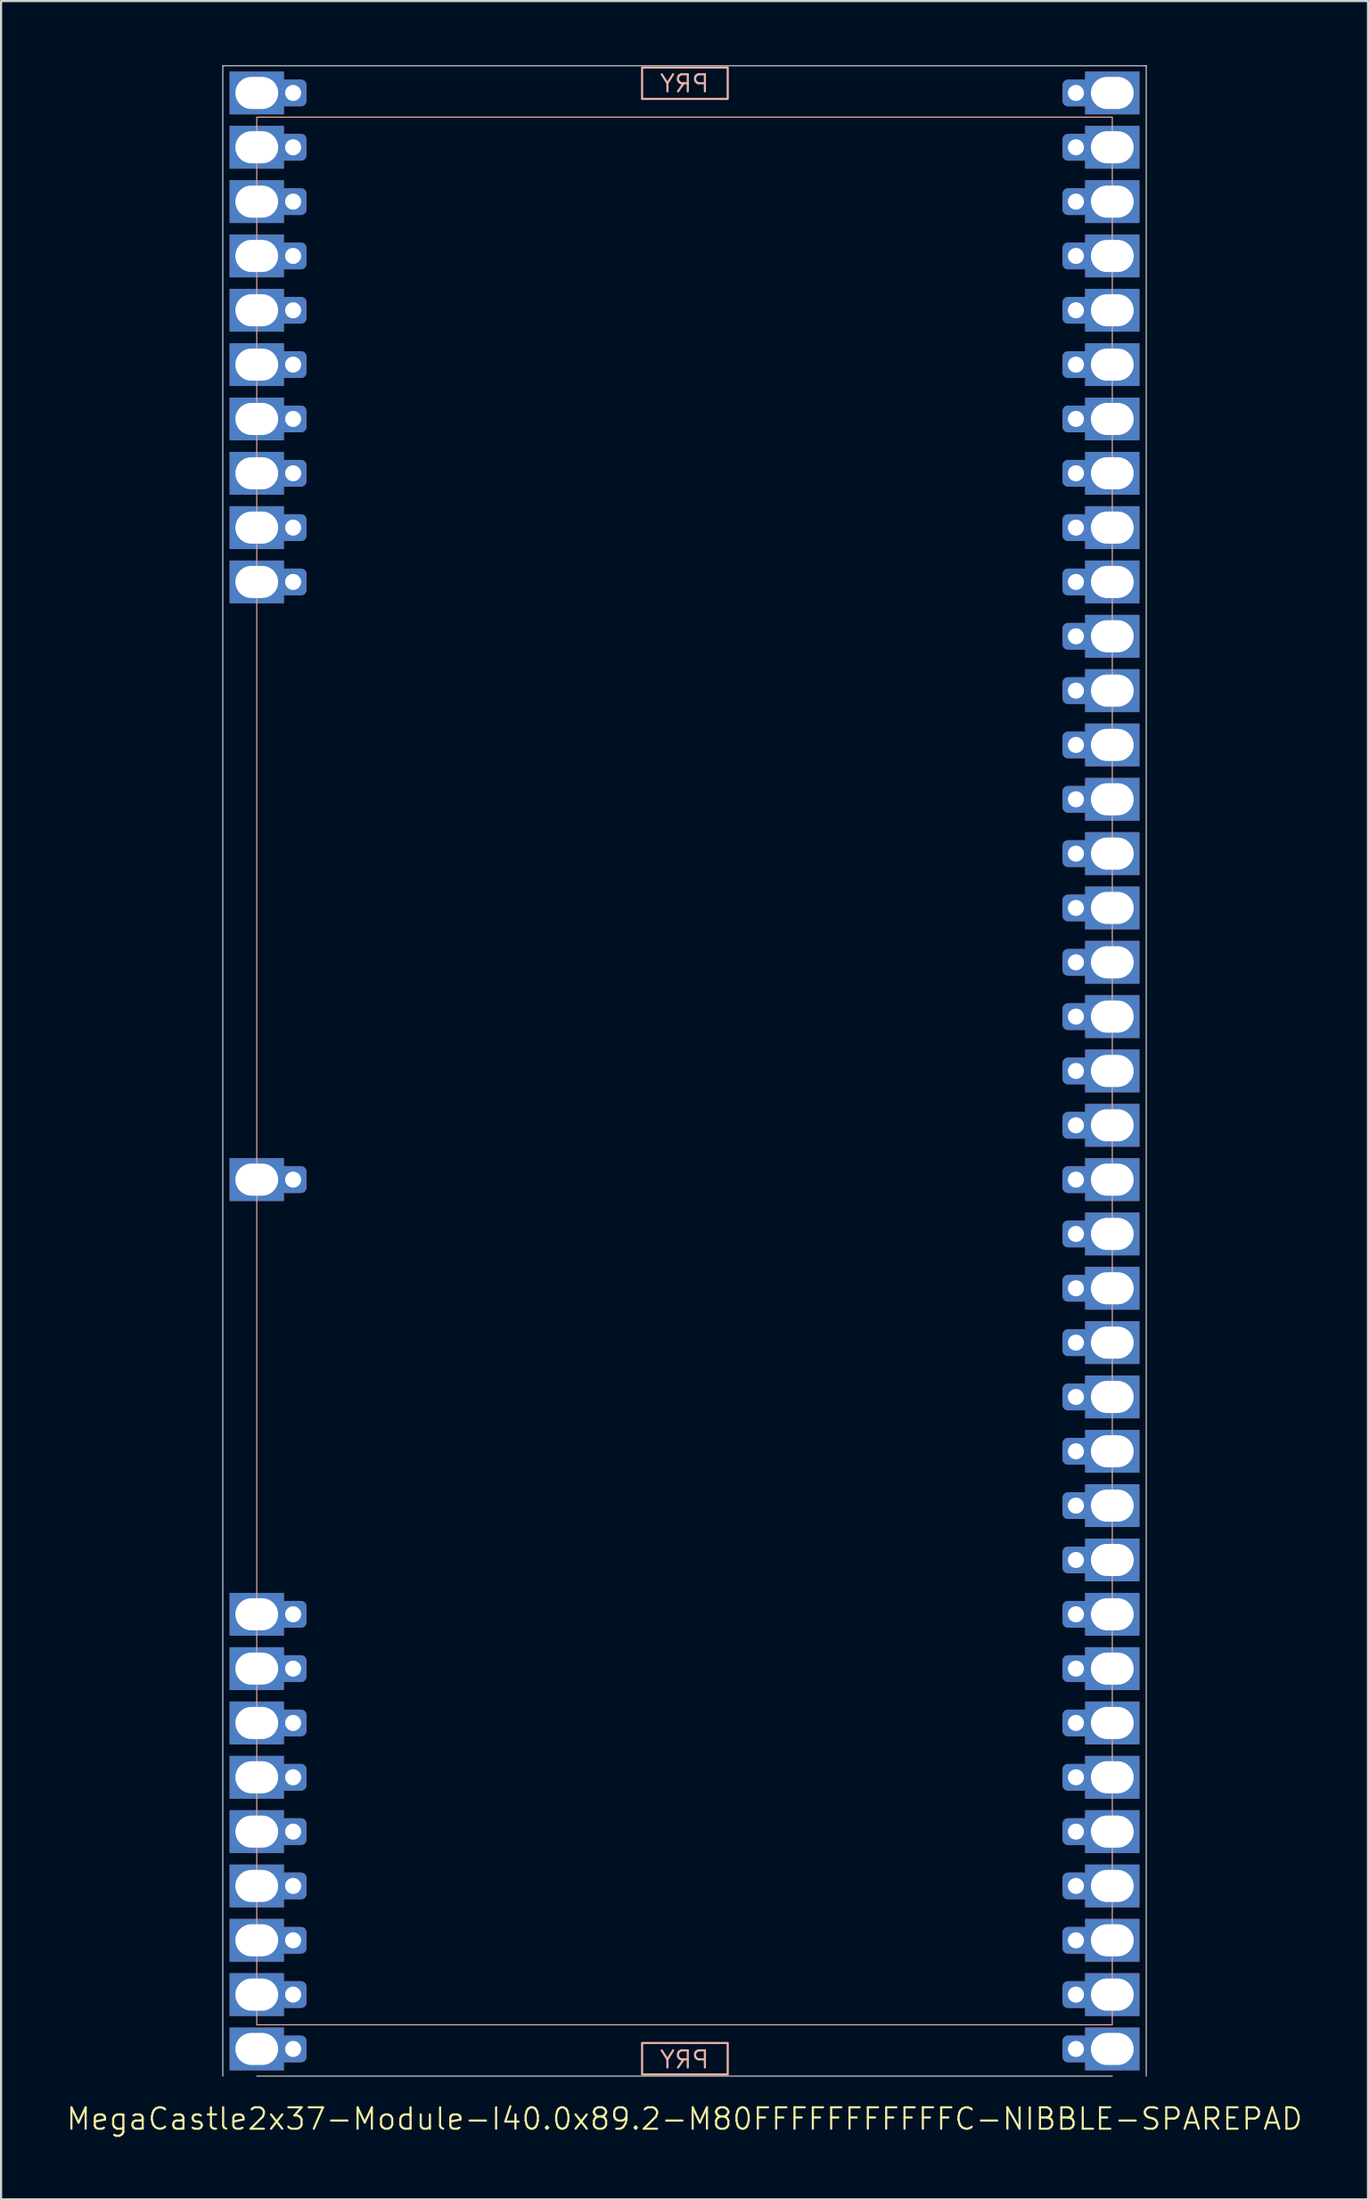
<source format=kicad_pcb>
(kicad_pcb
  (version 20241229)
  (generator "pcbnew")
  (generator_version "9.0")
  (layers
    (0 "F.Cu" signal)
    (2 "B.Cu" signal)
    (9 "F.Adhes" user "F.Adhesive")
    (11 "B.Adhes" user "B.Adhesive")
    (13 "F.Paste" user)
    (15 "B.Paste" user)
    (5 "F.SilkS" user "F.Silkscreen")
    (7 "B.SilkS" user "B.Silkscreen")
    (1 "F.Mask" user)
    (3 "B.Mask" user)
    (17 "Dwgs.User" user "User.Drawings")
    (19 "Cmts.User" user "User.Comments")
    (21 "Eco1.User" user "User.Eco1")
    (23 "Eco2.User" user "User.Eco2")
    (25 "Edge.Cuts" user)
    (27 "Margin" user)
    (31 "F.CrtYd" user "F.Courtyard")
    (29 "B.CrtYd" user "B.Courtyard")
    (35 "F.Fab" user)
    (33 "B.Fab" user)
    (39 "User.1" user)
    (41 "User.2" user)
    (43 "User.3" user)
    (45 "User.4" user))
  (footprint "MegaCastle2x37-Module-I40.0x89.2-M80FFFFFFFFFFFC-NIBBLE-SPAREPAD"
    (layer "F.Cu")
    (at 28.955 47.015)
    (property "Reference" "MegaCastle2x37-Module-I40.0x89.2-M80FFFFFFFFFFFC-NIBBLE-SPAREPAD" (at 0 48.99 0) (unlocked yes) (layer "F.SilkS") (effects (font (size 1 1) (thickness 0.1))))
    (attr smd)
    (fp_rect (start -20 44.59) (end 20 -44.59) (stroke (width 0.05) (type default)) (fill no) (layer "B.SilkS"))
    (fp_rect (start -1.984 -45.441) (end 2.02 -46.91) (stroke (width 0.1) (type default)) (fill no) (layer "B.SilkS"))
    (fp_rect (start -1.984 45.441) (end 2.02 46.91) (stroke (width 0.1) (type default)) (fill no) (layer "B.SilkS"))
    (fp_line (start -21.587 -46.99) (end -21.587 46.99) (stroke (width 0.05) (type default)) (layer "Edge.Cuts"))
    (fp_line (start -21.587 -46.99) (end 21.587 -46.99) (stroke (width 0.05) (type default)) (layer "Edge.Cuts"))
    (fp_line (start -20 46.99) (end 20 46.99) (stroke (width 0.05) (type default)) (layer "Edge.Cuts"))
    (fp_line (start 21.587 -46.99) (end 21.587 46.99) (stroke (width 0.05) (type default)) (layer "Edge.Cuts"))
    (fp_text user "PRY" (at 0 46.69 0) (unlocked yes) (layer "B.SilkS") (effects (font (size 0.8 0.8) (thickness 0.1)) (justify bottom mirror)))
    (fp_text user "PRY" (at 0 -45.69 0) (unlocked yes) (layer "B.SilkS") (effects (font (size 0.8 0.8) (thickness 0.1)) (justify bottom mirror)))
    (pad "1" thru_hole rect (at -20 -45.72) (size 2.54 2) (drill oval 2 1.5) (property pad_prop_castellated) (layers "*.Cu" "*.Mask"))
    (pad "1" thru_hole roundrect (at -18.3 -45.72 180) (size 1.25 1.25) (drill 0.75) (layers "*.Cu" "*.Mask") (roundrect_rratio 0.2))
    (pad "2" thru_hole rect (at -20 -43.18) (size 2.54 2) (drill oval 2 1.5) (property pad_prop_castellated) (layers "*.Cu" "*.Mask"))
    (pad "2" thru_hole roundrect (at -18.3 -43.18 180) (size 1.25 1.25) (drill 0.75) (layers "*.Cu" "*.Mask") (roundrect_rratio 0.2))
    (pad "3" thru_hole rect (at -20 -40.64) (size 2.54 2) (drill oval 2 1.5) (property pad_prop_castellated) (layers "*.Cu" "*.Mask"))
    (pad "3" thru_hole roundrect (at -18.3 -40.64 180) (size 1.25 1.25) (drill 0.75) (layers "*.Cu" "*.Mask") (roundrect_rratio 0.2))
    (pad "4" thru_hole rect (at -20 -38.1) (size 2.54 2) (drill oval 2 1.5) (property pad_prop_castellated) (layers "*.Cu" "*.Mask"))
    (pad "4" thru_hole roundrect (at -18.3 -38.1 180) (size 1.25 1.25) (drill 0.75) (layers "*.Cu" "*.Mask") (roundrect_rratio 0.2))
    (pad "5" thru_hole rect (at -20 -35.56) (size 2.54 2) (drill oval 2 1.5) (property pad_prop_castellated) (layers "*.Cu" "*.Mask"))
    (pad "5" thru_hole roundrect (at -18.3 -35.56 180) (size 1.25 1.25) (drill 0.75) (layers "*.Cu" "*.Mask") (roundrect_rratio 0.2))
    (pad "6" thru_hole rect (at -20 -33.02) (size 2.54 2) (drill oval 2 1.5) (property pad_prop_castellated) (layers "*.Cu" "*.Mask"))
    (pad "6" thru_hole roundrect (at -18.3 -33.02 180) (size 1.25 1.25) (drill 0.75) (layers "*.Cu" "*.Mask") (roundrect_rratio 0.2))
    (pad "7" thru_hole rect (at -20 -30.48) (size 2.54 2) (drill oval 2 1.5) (property pad_prop_castellated) (layers "*.Cu" "*.Mask"))
    (pad "7" thru_hole roundrect (at -18.3 -30.48 180) (size 1.25 1.25) (drill 0.75) (layers "*.Cu" "*.Mask") (roundrect_rratio 0.2))
    (pad "8" thru_hole rect (at -20 -27.94) (size 2.54 2) (drill oval 2 1.5) (property pad_prop_castellated) (layers "*.Cu" "*.Mask"))
    (pad "8" thru_hole roundrect (at -18.3 -27.94 180) (size 1.25 1.25) (drill 0.75) (layers "*.Cu" "*.Mask") (roundrect_rratio 0.2))
    (pad "9" thru_hole rect (at -20 -25.4) (size 2.54 2) (drill oval 2 1.5) (property pad_prop_castellated) (layers "*.Cu" "*.Mask"))
    (pad "9" thru_hole roundrect (at -18.3 -25.4 180) (size 1.25 1.25) (drill 0.75) (layers "*.Cu" "*.Mask") (roundrect_rratio 0.2))
    (pad "10" thru_hole rect (at -20 -22.86) (size 2.54 2) (drill oval 2 1.5) (property pad_prop_castellated) (layers "*.Cu" "*.Mask"))
    (pad "10" thru_hole roundrect (at -18.3 -22.86 180) (size 1.25 1.25) (drill 0.75) (layers "*.Cu" "*.Mask") (roundrect_rratio 0.2))
    (pad "21" thru_hole rect (at -20 5.08) (size 2.54 2) (drill oval 2 1.5) (property pad_prop_castellated) (layers "*.Cu" "*.Mask"))
    (pad "21" thru_hole roundrect (at -18.3 5.08 180) (size 1.25 1.25) (drill 0.75) (layers "*.Cu" "*.Mask") (roundrect_rratio 0.2))
    (pad "29" thru_hole rect (at -20 25.4) (size 2.54 2) (drill oval 2 1.5) (property pad_prop_castellated) (layers "*.Cu" "*.Mask"))
    (pad "29" thru_hole roundrect (at -18.3 25.4 180) (size 1.25 1.25) (drill 0.75) (layers "*.Cu" "*.Mask") (roundrect_rratio 0.2))
    (pad "30" thru_hole rect (at -20 27.94) (size 2.54 2) (drill oval 2 1.5) (property pad_prop_castellated) (layers "*.Cu" "*.Mask"))
    (pad "30" thru_hole roundrect (at -18.3 27.94 180) (size 1.25 1.25) (drill 0.75) (layers "*.Cu" "*.Mask") (roundrect_rratio 0.2))
    (pad "31" thru_hole rect (at -20 30.48) (size 2.54 2) (drill oval 2 1.5) (property pad_prop_castellated) (layers "*.Cu" "*.Mask"))
    (pad "31" thru_hole roundrect (at -18.3 30.48 180) (size 1.25 1.25) (drill 0.75) (layers "*.Cu" "*.Mask") (roundrect_rratio 0.2))
    (pad "32" thru_hole rect (at -20 33.02) (size 2.54 2) (drill oval 2 1.5) (property pad_prop_castellated) (layers "*.Cu" "*.Mask"))
    (pad "32" thru_hole roundrect (at -18.3 33.02 180) (size 1.25 1.25) (drill 0.75) (layers "*.Cu" "*.Mask") (roundrect_rratio 0.2))
    (pad "33" thru_hole rect (at -20 35.56) (size 2.54 2) (drill oval 2 1.5) (property pad_prop_castellated) (layers "*.Cu" "*.Mask"))
    (pad "33" thru_hole roundrect (at -18.3 35.56 180) (size 1.25 1.25) (drill 0.75) (layers "*.Cu" "*.Mask") (roundrect_rratio 0.2))
    (pad "34" thru_hole rect (at -20 38.1) (size 2.54 2) (drill oval 2 1.5) (property pad_prop_castellated) (layers "*.Cu" "*.Mask"))
    (pad "34" thru_hole roundrect (at -18.3 38.1 180) (size 1.25 1.25) (drill 0.75) (layers "*.Cu" "*.Mask") (roundrect_rratio 0.2))
    (pad "35" thru_hole rect (at -20 40.64) (size 2.54 2) (drill oval 2 1.5) (property pad_prop_castellated) (layers "*.Cu" "*.Mask"))
    (pad "35" thru_hole roundrect (at -18.3 40.64 180) (size 1.25 1.25) (drill 0.75) (layers "*.Cu" "*.Mask") (roundrect_rratio 0.2))
    (pad "36" thru_hole rect (at -20 43.18) (size 2.54 2) (drill oval 2 1.5) (property pad_prop_castellated) (layers "*.Cu" "*.Mask"))
    (pad "36" thru_hole roundrect (at -18.3 43.18 180) (size 1.25 1.25) (drill 0.75) (layers "*.Cu" "*.Mask") (roundrect_rratio 0.2))
    (pad "37" thru_hole rect (at -20 45.72) (size 2.54 2) (drill oval 2 1.5) (property pad_prop_castellated) (layers "*.Cu" "*.Mask"))
    (pad "37" thru_hole roundrect (at -18.3 45.72 180) (size 1.25 1.25) (drill 0.75) (layers "*.Cu" "*.Mask") (roundrect_rratio 0.2))
    (pad "38" thru_hole roundrect (at 18.3 -45.72 180) (size 1.25 1.25) (drill 0.75) (layers "*.Cu" "*.Mask") (roundrect_rratio 0.2))
    (pad "38" thru_hole rect (at 20 -45.72) (size 2.54 2) (drill oval 2 1.5) (property pad_prop_castellated) (layers "*.Cu" "*.Mask"))
    (pad "39" thru_hole roundrect (at 18.3 -43.18 180) (size 1.25 1.25) (drill 0.75) (layers "*.Cu" "*.Mask") (roundrect_rratio 0.2))
    (pad "39" thru_hole rect (at 20 -43.18) (size 2.54 2) (drill oval 2 1.5) (property pad_prop_castellated) (layers "*.Cu" "*.Mask"))
    (pad "40" thru_hole roundrect (at 18.3 -40.64 180) (size 1.25 1.25) (drill 0.75) (layers "*.Cu" "*.Mask") (roundrect_rratio 0.2))
    (pad "40" thru_hole rect (at 20 -40.64) (size 2.54 2) (drill oval 2 1.5) (property pad_prop_castellated) (layers "*.Cu" "*.Mask"))
    (pad "41" thru_hole roundrect (at 18.3 -38.1 180) (size 1.25 1.25) (drill 0.75) (layers "*.Cu" "*.Mask") (roundrect_rratio 0.2))
    (pad "41" thru_hole rect (at 20 -38.1) (size 2.54 2) (drill oval 2 1.5) (property pad_prop_castellated) (layers "*.Cu" "*.Mask"))
    (pad "42" thru_hole roundrect (at 18.3 -35.56 180) (size 1.25 1.25) (drill 0.75) (layers "*.Cu" "*.Mask") (roundrect_rratio 0.2))
    (pad "42" thru_hole rect (at 20 -35.56) (size 2.54 2) (drill oval 2 1.5) (property pad_prop_castellated) (layers "*.Cu" "*.Mask"))
    (pad "43" thru_hole roundrect (at 18.3 -33.02 180) (size 1.25 1.25) (drill 0.75) (layers "*.Cu" "*.Mask") (roundrect_rratio 0.2))
    (pad "43" thru_hole rect (at 20 -33.02) (size 2.54 2) (drill oval 2 1.5) (property pad_prop_castellated) (layers "*.Cu" "*.Mask"))
    (pad "44" thru_hole roundrect (at 18.3 -30.48 180) (size 1.25 1.25) (drill 0.75) (layers "*.Cu" "*.Mask") (roundrect_rratio 0.2))
    (pad "44" thru_hole rect (at 20 -30.48) (size 2.54 2) (drill oval 2 1.5) (property pad_prop_castellated) (layers "*.Cu" "*.Mask"))
    (pad "45" thru_hole roundrect (at 18.3 -27.94 180) (size 1.25 1.25) (drill 0.75) (layers "*.Cu" "*.Mask") (roundrect_rratio 0.2))
    (pad "45" thru_hole rect (at 20 -27.94) (size 2.54 2) (drill oval 2 1.5) (property pad_prop_castellated) (layers "*.Cu" "*.Mask"))
    (pad "46" thru_hole roundrect (at 18.3 -25.4 180) (size 1.25 1.25) (drill 0.75) (layers "*.Cu" "*.Mask") (roundrect_rratio 0.2))
    (pad "46" thru_hole rect (at 20 -25.4) (size 2.54 2) (drill oval 2 1.5) (property pad_prop_castellated) (layers "*.Cu" "*.Mask"))
    (pad "47" thru_hole roundrect (at 18.3 -22.86 180) (size 1.25 1.25) (drill 0.75) (layers "*.Cu" "*.Mask") (roundrect_rratio 0.2))
    (pad "47" thru_hole rect (at 20 -22.86) (size 2.54 2) (drill oval 2 1.5) (property pad_prop_castellated) (layers "*.Cu" "*.Mask"))
    (pad "48" thru_hole roundrect (at 18.3 -20.32 180) (size 1.25 1.25) (drill 0.75) (layers "*.Cu" "*.Mask") (roundrect_rratio 0.2))
    (pad "48" thru_hole rect (at 20 -20.32) (size 2.54 2) (drill oval 2 1.5) (property pad_prop_castellated) (layers "*.Cu" "*.Mask"))
    (pad "49" thru_hole roundrect (at 18.3 -17.78 180) (size 1.25 1.25) (drill 0.75) (layers "*.Cu" "*.Mask") (roundrect_rratio 0.2))
    (pad "49" thru_hole rect (at 20 -17.78) (size 2.54 2) (drill oval 2 1.5) (property pad_prop_castellated) (layers "*.Cu" "*.Mask"))
    (pad "50" thru_hole roundrect (at 18.3 -15.24 180) (size 1.25 1.25) (drill 0.75) (layers "*.Cu" "*.Mask") (roundrect_rratio 0.2))
    (pad "50" thru_hole rect (at 20 -15.24) (size 2.54 2) (drill oval 2 1.5) (property pad_prop_castellated) (layers "*.Cu" "*.Mask"))
    (pad "51" thru_hole roundrect (at 18.3 -12.7 180) (size 1.25 1.25) (drill 0.75) (layers "*.Cu" "*.Mask") (roundrect_rratio 0.2))
    (pad "51" thru_hole rect (at 20 -12.7) (size 2.54 2) (drill oval 2 1.5) (property pad_prop_castellated) (layers "*.Cu" "*.Mask"))
    (pad "52" thru_hole roundrect (at 18.3 -10.16 180) (size 1.25 1.25) (drill 0.75) (layers "*.Cu" "*.Mask") (roundrect_rratio 0.2))
    (pad "52" thru_hole rect (at 20 -10.16) (size 2.54 2) (drill oval 2 1.5) (property pad_prop_castellated) (layers "*.Cu" "*.Mask"))
    (pad "53" thru_hole roundrect (at 18.3 -7.62 180) (size 1.25 1.25) (drill 0.75) (layers "*.Cu" "*.Mask") (roundrect_rratio 0.2))
    (pad "53" thru_hole rect (at 20 -7.62) (size 2.54 2) (drill oval 2 1.5) (property pad_prop_castellated) (layers "*.Cu" "*.Mask"))
    (pad "54" thru_hole roundrect (at 18.3 -5.08 180) (size 1.25 1.25) (drill 0.75) (layers "*.Cu" "*.Mask") (roundrect_rratio 0.2))
    (pad "54" thru_hole rect (at 20 -5.08) (size 2.54 2) (drill oval 2 1.5) (property pad_prop_castellated) (layers "*.Cu" "*.Mask"))
    (pad "55" thru_hole roundrect (at 18.3 -2.54 180) (size 1.25 1.25) (drill 0.75) (layers "*.Cu" "*.Mask") (roundrect_rratio 0.2))
    (pad "55" thru_hole rect (at 20 -2.54) (size 2.54 2) (drill oval 2 1.5) (property pad_prop_castellated) (layers "*.Cu" "*.Mask"))
    (pad "56" thru_hole roundrect (at 18.3 0 180) (size 1.25 1.25) (drill 0.75) (layers "*.Cu" "*.Mask") (roundrect_rratio 0.2))
    (pad "56" thru_hole rect (at 20 0) (size 2.54 2) (drill oval 2 1.5) (property pad_prop_castellated) (layers "*.Cu" "*.Mask"))
    (pad "57" thru_hole roundrect (at 18.3 2.54 180) (size 1.25 1.25) (drill 0.75) (layers "*.Cu" "*.Mask") (roundrect_rratio 0.2))
    (pad "57" thru_hole rect (at 20 2.54) (size 2.54 2) (drill oval 2 1.5) (property pad_prop_castellated) (layers "*.Cu" "*.Mask"))
    (pad "58" thru_hole roundrect (at 18.3 5.08 180) (size 1.25 1.25) (drill 0.75) (layers "*.Cu" "*.Mask") (roundrect_rratio 0.2))
    (pad "58" thru_hole rect (at 20 5.08) (size 2.54 2) (drill oval 2 1.5) (property pad_prop_castellated) (layers "*.Cu" "*.Mask"))
    (pad "59" thru_hole roundrect (at 18.3 7.62 180) (size 1.25 1.25) (drill 0.75) (layers "*.Cu" "*.Mask") (roundrect_rratio 0.2))
    (pad "59" thru_hole rect (at 20 7.62) (size 2.54 2) (drill oval 2 1.5) (property pad_prop_castellated) (layers "*.Cu" "*.Mask"))
    (pad "60" thru_hole roundrect (at 18.3 10.16 180) (size 1.25 1.25) (drill 0.75) (layers "*.Cu" "*.Mask") (roundrect_rratio 0.2))
    (pad "60" thru_hole rect (at 20 10.16) (size 2.54 2) (drill oval 2 1.5) (property pad_prop_castellated) (layers "*.Cu" "*.Mask"))
    (pad "61" thru_hole roundrect (at 18.3 12.7 180) (size 1.25 1.25) (drill 0.75) (layers "*.Cu" "*.Mask") (roundrect_rratio 0.2))
    (pad "61" thru_hole rect (at 20 12.7) (size 2.54 2) (drill oval 2 1.5) (property pad_prop_castellated) (layers "*.Cu" "*.Mask"))
    (pad "62" thru_hole roundrect (at 18.3 15.24 180) (size 1.25 1.25) (drill 0.75) (layers "*.Cu" "*.Mask") (roundrect_rratio 0.2))
    (pad "62" thru_hole rect (at 20 15.24) (size 2.54 2) (drill oval 2 1.5) (property pad_prop_castellated) (layers "*.Cu" "*.Mask"))
    (pad "63" thru_hole roundrect (at 18.3 17.78 180) (size 1.25 1.25) (drill 0.75) (layers "*.Cu" "*.Mask") (roundrect_rratio 0.2))
    (pad "63" thru_hole rect (at 20 17.78) (size 2.54 2) (drill oval 2 1.5) (property pad_prop_castellated) (layers "*.Cu" "*.Mask"))
    (pad "64" thru_hole roundrect (at 18.3 20.32 180) (size 1.25 1.25) (drill 0.75) (layers "*.Cu" "*.Mask") (roundrect_rratio 0.2))
    (pad "64" thru_hole rect (at 20 20.32) (size 2.54 2) (drill oval 2 1.5) (property pad_prop_castellated) (layers "*.Cu" "*.Mask"))
    (pad "65" thru_hole roundrect (at 18.3 22.86 180) (size 1.25 1.25) (drill 0.75) (layers "*.Cu" "*.Mask") (roundrect_rratio 0.2))
    (pad "65" thru_hole rect (at 20 22.86) (size 2.54 2) (drill oval 2 1.5) (property pad_prop_castellated) (layers "*.Cu" "*.Mask"))
    (pad "66" thru_hole roundrect (at 18.3 25.4 180) (size 1.25 1.25) (drill 0.75) (layers "*.Cu" "*.Mask") (roundrect_rratio 0.2))
    (pad "66" thru_hole rect (at 20 25.4) (size 2.54 2) (drill oval 2 1.5) (property pad_prop_castellated) (layers "*.Cu" "*.Mask"))
    (pad "67" thru_hole roundrect (at 18.3 27.94 180) (size 1.25 1.25) (drill 0.75) (layers "*.Cu" "*.Mask") (roundrect_rratio 0.2))
    (pad "67" thru_hole rect (at 20 27.94) (size 2.54 2) (drill oval 2 1.5) (property pad_prop_castellated) (layers "*.Cu" "*.Mask"))
    (pad "68" thru_hole roundrect (at 18.3 30.48 180) (size 1.25 1.25) (drill 0.75) (layers "*.Cu" "*.Mask") (roundrect_rratio 0.2))
    (pad "68" thru_hole rect (at 20 30.48) (size 2.54 2) (drill oval 2 1.5) (property pad_prop_castellated) (layers "*.Cu" "*.Mask"))
    (pad "69" thru_hole roundrect (at 18.3 33.02 180) (size 1.25 1.25) (drill 0.75) (layers "*.Cu" "*.Mask") (roundrect_rratio 0.2))
    (pad "69" thru_hole rect (at 20 33.02) (size 2.54 2) (drill oval 2 1.5) (property pad_prop_castellated) (layers "*.Cu" "*.Mask"))
    (pad "70" thru_hole roundrect (at 18.3 35.56 180) (size 1.25 1.25) (drill 0.75) (layers "*.Cu" "*.Mask") (roundrect_rratio 0.2))
    (pad "70" thru_hole rect (at 20 35.56) (size 2.54 2) (drill oval 2 1.5) (property pad_prop_castellated) (layers "*.Cu" "*.Mask"))
    (pad "71" thru_hole roundrect (at 18.3 38.1 180) (size 1.25 1.25) (drill 0.75) (layers "*.Cu" "*.Mask") (roundrect_rratio 0.2))
    (pad "71" thru_hole rect (at 20 38.1) (size 2.54 2) (drill oval 2 1.5) (property pad_prop_castellated) (layers "*.Cu" "*.Mask"))
    (pad "72" thru_hole roundrect (at 18.3 40.64 180) (size 1.25 1.25) (drill 0.75) (layers "*.Cu" "*.Mask") (roundrect_rratio 0.2))
    (pad "72" thru_hole rect (at 20 40.64) (size 2.54 2) (drill oval 2 1.5) (property pad_prop_castellated) (layers "*.Cu" "*.Mask"))
    (pad "73" thru_hole roundrect (at 18.3 43.18 180) (size 1.25 1.25) (drill 0.75) (layers "*.Cu" "*.Mask") (roundrect_rratio 0.2))
    (pad "73" thru_hole rect (at 20 43.18) (size 2.54 2) (drill oval 2 1.5) (property pad_prop_castellated) (layers "*.Cu" "*.Mask"))
    (pad "74" thru_hole roundrect (at 18.3 45.72 180) (size 1.25 1.25) (drill 0.75) (layers "*.Cu" "*.Mask") (roundrect_rratio 0.2))
    (pad "74" thru_hole rect (at 20 45.72) (size 2.54 2) (drill oval 2 1.5) (property pad_prop_castellated) (layers "*.Cu" "*.Mask"))
    (zone (net_name "") (layer "B.Cu") (hatch edge 0.5) (connect_pads) (min_thickness 0.25) (filled_areas_thickness no) (keepout (tracks allowed) (vias allowed) (pads allowed) (copperpour allowed) (footprints not_allowed)) (placement (enabled no)) (fill) (polygon (pts (xy 8.955 94.005) (xy 8.955 0.025))))
    (zone (net_name "") (layer "B.Cu") (hatch edge 0.5) (connect_pads) (min_thickness 0.25) (filled_areas_thickness no) (keepout (tracks allowed) (vias allowed) (pads allowed) (copperpour allowed) (footprints not_allowed)) (placement (enabled no)) (fill) (polygon (pts (xy 48.955 94.005) (xy 48.955 0.025))))
    (zone (net_name "") (layer "B.Cu") (hatch edge 0.5) (connect_pads) (min_thickness 0.25) (filled_areas_thickness no) (keepout (tracks allowed) (vias allowed) (pads allowed) (copperpour allowed) (footprints not_allowed)) (placement (enabled no)) (fill) (polygon (pts (xy 8.955 0.025) (xy 8.955 2.425) (xy 48.955 2.425) (xy 48.955 0.025))))
    (zone (net_name "") (layer "B.Cu") (hatch edge 0.5) (connect_pads) (min_thickness 0.25) (filled_areas_thickness no) (keepout (tracks allowed) (vias allowed) (pads allowed) (copperpour allowed) (footprints not_allowed)) (placement (enabled no)) (fill) (polygon (pts (xy 8.955 94.005) (xy 8.955 91.605) (xy 48.955 91.605) (xy 48.955 94.005))))
    (zone (net_name "") (layer "B.Cu") (name "Upper Pry Zone") (hatch edge 0.5) (connect_pads) (min_thickness 0.25) (filled_areas_thickness no) (keepout (tracks not_allowed) (vias not_allowed) (pads not_allowed) (copperpour allowed) (footprints not_allowed)) (placement (enabled no)) (fill) (polygon (pts (xy 26.971 1.574) (xy 26.971 0.105) (xy 30.974 0.105) (xy 30.974 1.574))))
    (zone (net_name "") (layer "B.Cu") (name "Upper Pry Zone") (hatch edge 0.5) (connect_pads) (min_thickness 0.25) (filled_areas_thickness no) (keepout (tracks not_allowed) (vias not_allowed) (pads not_allowed) (copperpour allowed) (footprints not_allowed)) (placement (enabled no)) (fill) (polygon (pts (xy 26.971 92.456) (xy 26.971 93.925) (xy 30.974 93.925) (xy 30.974 92.456)))))
  (gr_rect
    (start -3 -3)
    (end 60.91 99.766)
    (stroke (width 0.1) (type default))
    (fill no)
    (layer "Edge.Cuts")))
</source>
